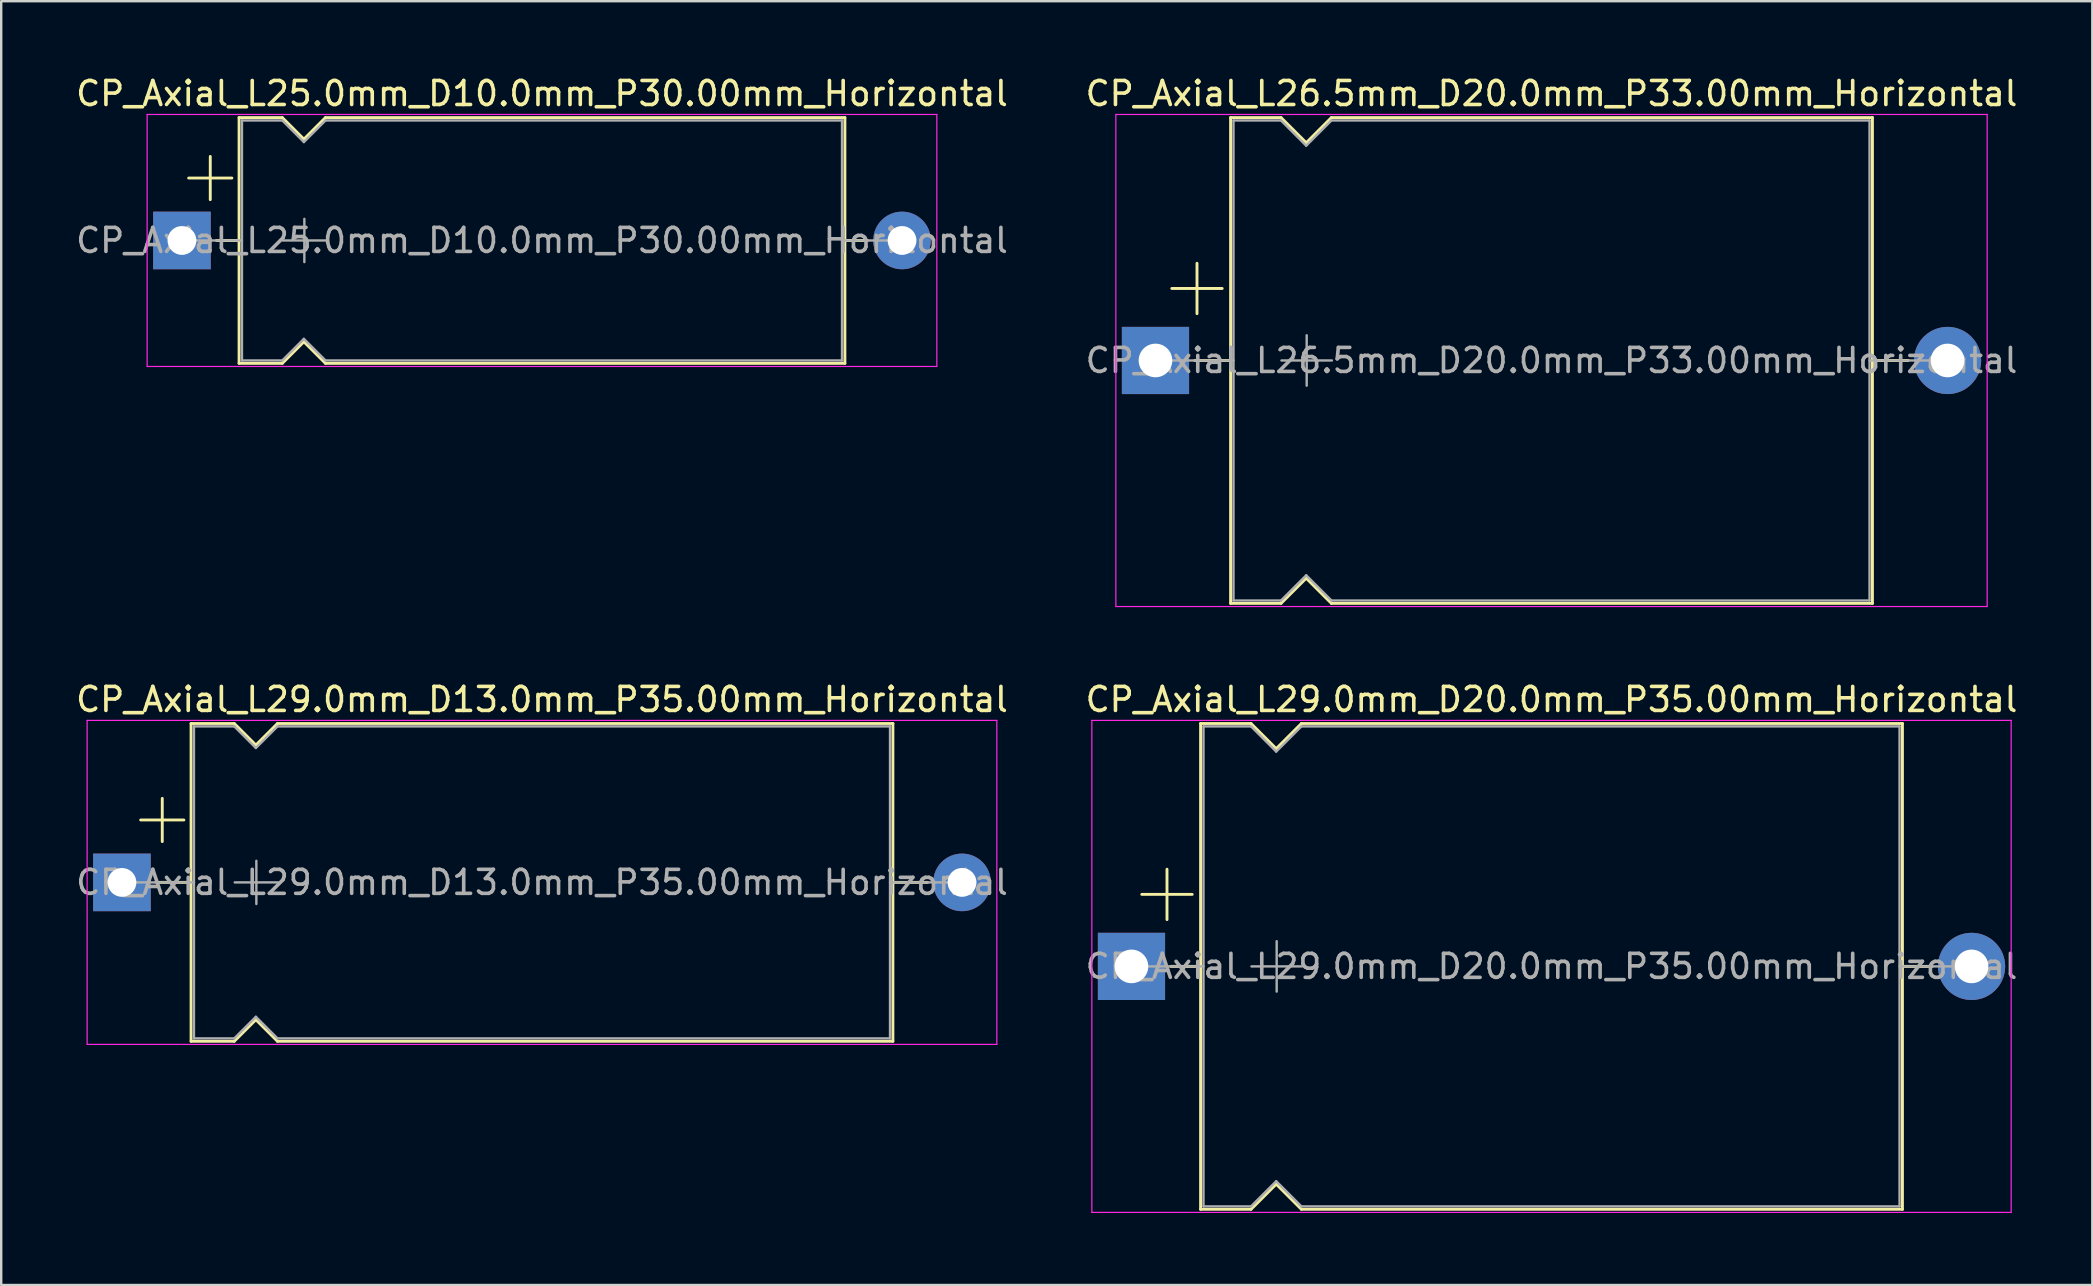
<source format=kicad_pcb>
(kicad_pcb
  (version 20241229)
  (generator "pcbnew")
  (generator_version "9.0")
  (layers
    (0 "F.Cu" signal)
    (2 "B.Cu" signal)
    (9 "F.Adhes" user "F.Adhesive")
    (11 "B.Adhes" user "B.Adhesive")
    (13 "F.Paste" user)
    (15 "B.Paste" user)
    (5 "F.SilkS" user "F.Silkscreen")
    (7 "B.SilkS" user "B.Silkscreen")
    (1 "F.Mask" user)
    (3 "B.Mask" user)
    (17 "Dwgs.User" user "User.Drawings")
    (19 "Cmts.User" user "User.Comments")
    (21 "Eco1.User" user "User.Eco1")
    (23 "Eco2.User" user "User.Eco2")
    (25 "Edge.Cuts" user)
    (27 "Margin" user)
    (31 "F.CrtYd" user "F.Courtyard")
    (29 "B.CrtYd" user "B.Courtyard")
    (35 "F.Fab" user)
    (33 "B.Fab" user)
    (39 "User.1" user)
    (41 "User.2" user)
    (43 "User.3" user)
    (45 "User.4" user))
  (footprint "CP_Axial_L25.0mm_D10.0mm_P30.00mm_Horizontal"
    (layer "F.Cu")
    (at 4.53 6.968)
    (property "Reference" "CP_Axial_L25.0mm_D10.0mm_P30.00mm_Horizontal" (at 15 -6.12 0) (layer "F.SilkS") (effects (font (size 1 1) (thickness 0.15))))
    (attr through_hole)
    (fp_line (start 0.28 -2.6) (end 2.08 -2.6) (stroke (width 0.12) (type solid)) (layer "F.SilkS"))
    (fp_line (start 1.18 -3.5) (end 1.18 -1.7) (stroke (width 0.12) (type solid)) (layer "F.SilkS"))
    (fp_line (start 1.44 0) (end 2.38 0) (stroke (width 0.12) (type solid)) (layer "F.SilkS"))
    (fp_line (start 2.38 -5.12) (end 2.38 5.12) (stroke (width 0.12) (type solid)) (layer "F.SilkS"))
    (fp_line (start 2.38 -5.12) (end 4.18 -5.12) (stroke (width 0.12) (type solid)) (layer "F.SilkS"))
    (fp_line (start 2.38 5.12) (end 4.18 5.12) (stroke (width 0.12) (type solid)) (layer "F.SilkS"))
    (fp_line (start 4.18 -5.12) (end 5.08 -4.22) (stroke (width 0.12) (type solid)) (layer "F.SilkS"))
    (fp_line (start 4.18 5.12) (end 5.08 4.22) (stroke (width 0.12) (type solid)) (layer "F.SilkS"))
    (fp_line (start 5.08 -4.22) (end 5.98 -5.12) (stroke (width 0.12) (type solid)) (layer "F.SilkS"))
    (fp_line (start 5.08 4.22) (end 5.98 5.12) (stroke (width 0.12) (type solid)) (layer "F.SilkS"))
    (fp_line (start 5.98 -5.12) (end 27.62 -5.12) (stroke (width 0.12) (type solid)) (layer "F.SilkS"))
    (fp_line (start 5.98 5.12) (end 27.62 5.12) (stroke (width 0.12) (type solid)) (layer "F.SilkS"))
    (fp_line (start 27.62 -5.12) (end 27.62 5.12) (stroke (width 0.12) (type solid)) (layer "F.SilkS"))
    (fp_line (start 28.56 0) (end 27.62 0) (stroke (width 0.12) (type solid)) (layer "F.SilkS"))
    (fp_line (start -1.45 -5.25) (end -1.45 5.25) (stroke (width 0.05) (type solid)) (layer "F.CrtYd"))
    (fp_line (start -1.45 5.25) (end 31.45 5.25) (stroke (width 0.05) (type solid)) (layer "F.CrtYd"))
    (fp_line (start 31.45 -5.25) (end -1.45 -5.25) (stroke (width 0.05) (type solid)) (layer "F.CrtYd"))
    (fp_line (start 31.45 5.25) (end 31.45 -5.25) (stroke (width 0.05) (type solid)) (layer "F.CrtYd"))
    (fp_line (start 0 0) (end 2.5 0) (stroke (width 0.1) (type solid)) (layer "F.Fab"))
    (fp_line (start 2.5 -5) (end 2.5 5) (stroke (width 0.1) (type solid)) (layer "F.Fab"))
    (fp_line (start 2.5 -5) (end 4.18 -5) (stroke (width 0.1) (type solid)) (layer "F.Fab"))
    (fp_line (start 2.5 5) (end 4.18 5) (stroke (width 0.1) (type solid)) (layer "F.Fab"))
    (fp_line (start 4.18 -5) (end 5.08 -4.1) (stroke (width 0.1) (type solid)) (layer "F.Fab"))
    (fp_line (start 4.18 5) (end 5.08 4.1) (stroke (width 0.1) (type solid)) (layer "F.Fab"))
    (fp_line (start 4.2 0) (end 6 0) (stroke (width 0.1) (type solid)) (layer "F.Fab"))
    (fp_line (start 5.08 -4.1) (end 5.98 -5) (stroke (width 0.1) (type solid)) (layer "F.Fab"))
    (fp_line (start 5.08 4.1) (end 5.98 5) (stroke (width 0.1) (type solid)) (layer "F.Fab"))
    (fp_line (start 5.1 -0.9) (end 5.1 0.9) (stroke (width 0.1) (type solid)) (layer "F.Fab"))
    (fp_line (start 5.98 -5) (end 27.5 -5) (stroke (width 0.1) (type solid)) (layer "F.Fab"))
    (fp_line (start 5.98 5) (end 27.5 5) (stroke (width 0.1) (type solid)) (layer "F.Fab"))
    (fp_line (start 27.5 -5) (end 27.5 5) (stroke (width 0.1) (type solid)) (layer "F.Fab"))
    (fp_line (start 30 0) (end 27.5 0) (stroke (width 0.1) (type solid)) (layer "F.Fab"))
    (fp_text user "${REFERENCE}" (at 15 0 0) (layer "F.Fab") (effects (font (size 1 1) (thickness 0.15))))
    (pad "1" thru_hole rect (at 0 0) (size 2.4 2.4) (drill 1.2) (layers "*.Cu" "*.Mask"))
    (pad "2" thru_hole oval (at 30 0) (size 2.4 2.4) (drill 1.2) (layers "*.Cu" "*.Mask")))
  (footprint "CP_Axial_L29.0mm_D13.0mm_P35.00mm_Horizontal"
    (layer "F.Cu")
    (at 2.03 33.712)
    (property "Reference" "CP_Axial_L29.0mm_D13.0mm_P35.00mm_Horizontal" (at 17.5 -7.62 0) (layer "F.SilkS") (effects (font (size 1 1) (thickness 0.15))))
    (attr through_hole)
    (fp_line (start 0.78 -2.6) (end 2.58 -2.6) (stroke (width 0.12) (type solid)) (layer "F.SilkS"))
    (fp_line (start 1.44 0) (end 2.88 0) (stroke (width 0.12) (type solid)) (layer "F.SilkS"))
    (fp_line (start 1.68 -3.5) (end 1.68 -1.7) (stroke (width 0.12) (type solid)) (layer "F.SilkS"))
    (fp_line (start 2.88 -6.62) (end 2.88 6.62) (stroke (width 0.12) (type solid)) (layer "F.SilkS"))
    (fp_line (start 2.88 -6.62) (end 4.68 -6.62) (stroke (width 0.12) (type solid)) (layer "F.SilkS"))
    (fp_line (start 2.88 6.62) (end 4.68 6.62) (stroke (width 0.12) (type solid)) (layer "F.SilkS"))
    (fp_line (start 4.68 -6.62) (end 5.58 -5.72) (stroke (width 0.12) (type solid)) (layer "F.SilkS"))
    (fp_line (start 4.68 6.62) (end 5.58 5.72) (stroke (width 0.12) (type solid)) (layer "F.SilkS"))
    (fp_line (start 5.58 -5.72) (end 6.48 -6.62) (stroke (width 0.12) (type solid)) (layer "F.SilkS"))
    (fp_line (start 5.58 5.72) (end 6.48 6.62) (stroke (width 0.12) (type solid)) (layer "F.SilkS"))
    (fp_line (start 6.48 -6.62) (end 32.12 -6.62) (stroke (width 0.12) (type solid)) (layer "F.SilkS"))
    (fp_line (start 6.48 6.62) (end 32.12 6.62) (stroke (width 0.12) (type solid)) (layer "F.SilkS"))
    (fp_line (start 32.12 -6.62) (end 32.12 6.62) (stroke (width 0.12) (type solid)) (layer "F.SilkS"))
    (fp_line (start 33.56 0) (end 32.12 0) (stroke (width 0.12) (type solid)) (layer "F.SilkS"))
    (fp_line (start -1.45 -6.75) (end -1.45 6.75) (stroke (width 0.05) (type solid)) (layer "F.CrtYd"))
    (fp_line (start -1.45 6.75) (end 36.45 6.75) (stroke (width 0.05) (type solid)) (layer "F.CrtYd"))
    (fp_line (start 36.45 -6.75) (end -1.45 -6.75) (stroke (width 0.05) (type solid)) (layer "F.CrtYd"))
    (fp_line (start 36.45 6.75) (end 36.45 -6.75) (stroke (width 0.05) (type solid)) (layer "F.CrtYd"))
    (fp_line (start 0 0) (end 3 0) (stroke (width 0.1) (type solid)) (layer "F.Fab"))
    (fp_line (start 3 -6.5) (end 3 6.5) (stroke (width 0.1) (type solid)) (layer "F.Fab"))
    (fp_line (start 3 -6.5) (end 4.68 -6.5) (stroke (width 0.1) (type solid)) (layer "F.Fab"))
    (fp_line (start 3 6.5) (end 4.68 6.5) (stroke (width 0.1) (type solid)) (layer "F.Fab"))
    (fp_line (start 4.68 -6.5) (end 5.58 -5.6) (stroke (width 0.1) (type solid)) (layer "F.Fab"))
    (fp_line (start 4.68 6.5) (end 5.58 5.6) (stroke (width 0.1) (type solid)) (layer "F.Fab"))
    (fp_line (start 4.7 0) (end 6.5 0) (stroke (width 0.1) (type solid)) (layer "F.Fab"))
    (fp_line (start 5.58 -5.6) (end 6.48 -6.5) (stroke (width 0.1) (type solid)) (layer "F.Fab"))
    (fp_line (start 5.58 5.6) (end 6.48 6.5) (stroke (width 0.1) (type solid)) (layer "F.Fab"))
    (fp_line (start 5.6 -0.9) (end 5.6 0.9) (stroke (width 0.1) (type solid)) (layer "F.Fab"))
    (fp_line (start 6.48 -6.5) (end 32 -6.5) (stroke (width 0.1) (type solid)) (layer "F.Fab"))
    (fp_line (start 6.48 6.5) (end 32 6.5) (stroke (width 0.1) (type solid)) (layer "F.Fab"))
    (fp_line (start 32 -6.5) (end 32 6.5) (stroke (width 0.1) (type solid)) (layer "F.Fab"))
    (fp_line (start 35 0) (end 32 0) (stroke (width 0.1) (type solid)) (layer "F.Fab"))
    (fp_text user "${REFERENCE}" (at 17.5 0 0) (layer "F.Fab") (effects (font (size 1 1) (thickness 0.15))))
    (pad "1" thru_hole rect (at 0 0) (size 2.4 2.4) (drill 1.2) (layers "*.Cu" "*.Mask"))
    (pad "2" thru_hole oval (at 35 0) (size 2.4 2.4) (drill 1.2) (layers "*.Cu" "*.Mask")))
  (footprint "CP_Axial_L29.0mm_D20.0mm_P35.00mm_Horizontal"
    (layer "F.Cu")
    (at 44.089 37.212)
    (property "Reference" "CP_Axial_L29.0mm_D20.0mm_P35.00mm_Horizontal" (at 17.5 -11.12 0) (layer "F.SilkS") (effects (font (size 1 1) (thickness 0.15))))
    (attr through_hole)
    (fp_line (start 0.43 -3) (end 2.53 -3) (stroke (width 0.12) (type solid)) (layer "F.SilkS"))
    (fp_line (start 1.48 -4.05) (end 1.48 -1.95) (stroke (width 0.12) (type solid)) (layer "F.SilkS"))
    (fp_line (start 1.64 0) (end 2.88 0) (stroke (width 0.12) (type solid)) (layer "F.SilkS"))
    (fp_line (start 2.88 -10.12) (end 2.88 10.12) (stroke (width 0.12) (type solid)) (layer "F.SilkS"))
    (fp_line (start 2.88 -10.12) (end 4.98 -10.12) (stroke (width 0.12) (type solid)) (layer "F.SilkS"))
    (fp_line (start 2.88 10.12) (end 4.98 10.12) (stroke (width 0.12) (type solid)) (layer "F.SilkS"))
    (fp_line (start 4.98 -10.12) (end 6.03 -9.07) (stroke (width 0.12) (type solid)) (layer "F.SilkS"))
    (fp_line (start 4.98 10.12) (end 6.03 9.07) (stroke (width 0.12) (type solid)) (layer "F.SilkS"))
    (fp_line (start 6.03 -9.07) (end 7.08 -10.12) (stroke (width 0.12) (type solid)) (layer "F.SilkS"))
    (fp_line (start 6.03 9.07) (end 7.08 10.12) (stroke (width 0.12) (type solid)) (layer "F.SilkS"))
    (fp_line (start 7.08 -10.12) (end 32.12 -10.12) (stroke (width 0.12) (type solid)) (layer "F.SilkS"))
    (fp_line (start 7.08 10.12) (end 32.12 10.12) (stroke (width 0.12) (type solid)) (layer "F.SilkS"))
    (fp_line (start 32.12 -10.12) (end 32.12 10.12) (stroke (width 0.12) (type solid)) (layer "F.SilkS"))
    (fp_line (start 33.36 0) (end 32.12 0) (stroke (width 0.12) (type solid)) (layer "F.SilkS"))
    (fp_line (start -1.65 -10.25) (end -1.65 10.25) (stroke (width 0.05) (type solid)) (layer "F.CrtYd"))
    (fp_line (start -1.65 10.25) (end 36.65 10.25) (stroke (width 0.05) (type solid)) (layer "F.CrtYd"))
    (fp_line (start 36.65 -10.25) (end -1.65 -10.25) (stroke (width 0.05) (type solid)) (layer "F.CrtYd"))
    (fp_line (start 36.65 10.25) (end 36.65 -10.25) (stroke (width 0.05) (type solid)) (layer "F.CrtYd"))
    (fp_line (start 0 0) (end 3 0) (stroke (width 0.1) (type solid)) (layer "F.Fab"))
    (fp_line (start 3 -10) (end 3 10) (stroke (width 0.1) (type solid)) (layer "F.Fab"))
    (fp_line (start 3 -10) (end 4.98 -10) (stroke (width 0.1) (type solid)) (layer "F.Fab"))
    (fp_line (start 3 10) (end 4.98 10) (stroke (width 0.1) (type solid)) (layer "F.Fab"))
    (fp_line (start 4.98 -10) (end 6.03 -8.95) (stroke (width 0.1) (type solid)) (layer "F.Fab"))
    (fp_line (start 4.98 10) (end 6.03 8.95) (stroke (width 0.1) (type solid)) (layer "F.Fab"))
    (fp_line (start 5 0) (end 7.1 0) (stroke (width 0.1) (type solid)) (layer "F.Fab"))
    (fp_line (start 6.03 -8.95) (end 7.08 -10) (stroke (width 0.1) (type solid)) (layer "F.Fab"))
    (fp_line (start 6.03 8.95) (end 7.08 10) (stroke (width 0.1) (type solid)) (layer "F.Fab"))
    (fp_line (start 6.05 -1.05) (end 6.05 1.05) (stroke (width 0.1) (type solid)) (layer "F.Fab"))
    (fp_line (start 7.08 -10) (end 32 -10) (stroke (width 0.1) (type solid)) (layer "F.Fab"))
    (fp_line (start 7.08 10) (end 32 10) (stroke (width 0.1) (type solid)) (layer "F.Fab"))
    (fp_line (start 32 -10) (end 32 10) (stroke (width 0.1) (type solid)) (layer "F.Fab"))
    (fp_line (start 35 0) (end 32 0) (stroke (width 0.1) (type solid)) (layer "F.Fab"))
    (fp_text user "${REFERENCE}" (at 17.5 0 0) (layer "F.Fab") (effects (font (size 1 1) (thickness 0.15))))
    (pad "1" thru_hole rect (at 0 0) (size 2.8 2.8) (drill 1.4) (layers "*.Cu" "*.Mask"))
    (pad "2" thru_hole oval (at 35 0) (size 2.8 2.8) (drill 1.4) (layers "*.Cu" "*.Mask")))
  (footprint "CP_Axial_L26.5mm_D20.0mm_P33.00mm_Horizontal"
    (layer "F.Cu")
    (at 45.089 11.968)
    (property "Reference" "CP_Axial_L26.5mm_D20.0mm_P33.00mm_Horizontal" (at 16.5 -11.12 0) (layer "F.SilkS") (effects (font (size 1 1) (thickness 0.15))))
    (attr through_hole)
    (fp_line (start 0.68 -3) (end 2.78 -3) (stroke (width 0.12) (type solid)) (layer "F.SilkS"))
    (fp_line (start 1.64 0) (end 3.13 0) (stroke (width 0.12) (type solid)) (layer "F.SilkS"))
    (fp_line (start 1.73 -4.05) (end 1.73 -1.95) (stroke (width 0.12) (type solid)) (layer "F.SilkS"))
    (fp_line (start 3.13 -10.12) (end 3.13 10.12) (stroke (width 0.12) (type solid)) (layer "F.SilkS"))
    (fp_line (start 3.13 -10.12) (end 5.23 -10.12) (stroke (width 0.12) (type solid)) (layer "F.SilkS"))
    (fp_line (start 3.13 10.12) (end 5.23 10.12) (stroke (width 0.12) (type solid)) (layer "F.SilkS"))
    (fp_line (start 5.23 -10.12) (end 6.28 -9.07) (stroke (width 0.12) (type solid)) (layer "F.SilkS"))
    (fp_line (start 5.23 10.12) (end 6.28 9.07) (stroke (width 0.12) (type solid)) (layer "F.SilkS"))
    (fp_line (start 6.28 -9.07) (end 7.33 -10.12) (stroke (width 0.12) (type solid)) (layer "F.SilkS"))
    (fp_line (start 6.28 9.07) (end 7.33 10.12) (stroke (width 0.12) (type solid)) (layer "F.SilkS"))
    (fp_line (start 7.33 -10.12) (end 29.87 -10.12) (stroke (width 0.12) (type solid)) (layer "F.SilkS"))
    (fp_line (start 7.33 10.12) (end 29.87 10.12) (stroke (width 0.12) (type solid)) (layer "F.SilkS"))
    (fp_line (start 29.87 -10.12) (end 29.87 10.12) (stroke (width 0.12) (type solid)) (layer "F.SilkS"))
    (fp_line (start 31.36 0) (end 29.87 0) (stroke (width 0.12) (type solid)) (layer "F.SilkS"))
    (fp_line (start -1.65 -10.25) (end -1.65 10.25) (stroke (width 0.05) (type solid)) (layer "F.CrtYd"))
    (fp_line (start -1.65 10.25) (end 34.65 10.25) (stroke (width 0.05) (type solid)) (layer "F.CrtYd"))
    (fp_line (start 34.65 -10.25) (end -1.65 -10.25) (stroke (width 0.05) (type solid)) (layer "F.CrtYd"))
    (fp_line (start 34.65 10.25) (end 34.65 -10.25) (stroke (width 0.05) (type solid)) (layer "F.CrtYd"))
    (fp_line (start 0 0) (end 3.25 0) (stroke (width 0.1) (type solid)) (layer "F.Fab"))
    (fp_line (start 3.25 -10) (end 3.25 10) (stroke (width 0.1) (type solid)) (layer "F.Fab"))
    (fp_line (start 3.25 -10) (end 5.23 -10) (stroke (width 0.1) (type solid)) (layer "F.Fab"))
    (fp_line (start 3.25 10) (end 5.23 10) (stroke (width 0.1) (type solid)) (layer "F.Fab"))
    (fp_line (start 5.23 -10) (end 6.28 -8.95) (stroke (width 0.1) (type solid)) (layer "F.Fab"))
    (fp_line (start 5.23 10) (end 6.28 8.95) (stroke (width 0.1) (type solid)) (layer "F.Fab"))
    (fp_line (start 5.25 0) (end 7.35 0) (stroke (width 0.1) (type solid)) (layer "F.Fab"))
    (fp_line (start 6.28 -8.95) (end 7.33 -10) (stroke (width 0.1) (type solid)) (layer "F.Fab"))
    (fp_line (start 6.28 8.95) (end 7.33 10) (stroke (width 0.1) (type solid)) (layer "F.Fab"))
    (fp_line (start 6.3 -1.05) (end 6.3 1.05) (stroke (width 0.1) (type solid)) (layer "F.Fab"))
    (fp_line (start 7.33 -10) (end 29.75 -10) (stroke (width 0.1) (type solid)) (layer "F.Fab"))
    (fp_line (start 7.33 10) (end 29.75 10) (stroke (width 0.1) (type solid)) (layer "F.Fab"))
    (fp_line (start 29.75 -10) (end 29.75 10) (stroke (width 0.1) (type solid)) (layer "F.Fab"))
    (fp_line (start 33 0) (end 29.75 0) (stroke (width 0.1) (type solid)) (layer "F.Fab"))
    (fp_text user "${REFERENCE}" (at 16.5 0 0) (layer "F.Fab") (effects (font (size 1 1) (thickness 0.15))))
    (pad "1" thru_hole rect (at 0 0) (size 2.8 2.8) (drill 1.4) (layers "*.Cu" "*.Mask"))
    (pad "2" thru_hole oval (at 33 0) (size 2.8 2.8) (drill 1.4) (layers "*.Cu" "*.Mask")))
  (gr_rect
    (start -3 -3)
    (end 84.119 50.486)
    (stroke (width 0.1) (type default))
    (fill no)
    (layer "Edge.Cuts")))
</source>
